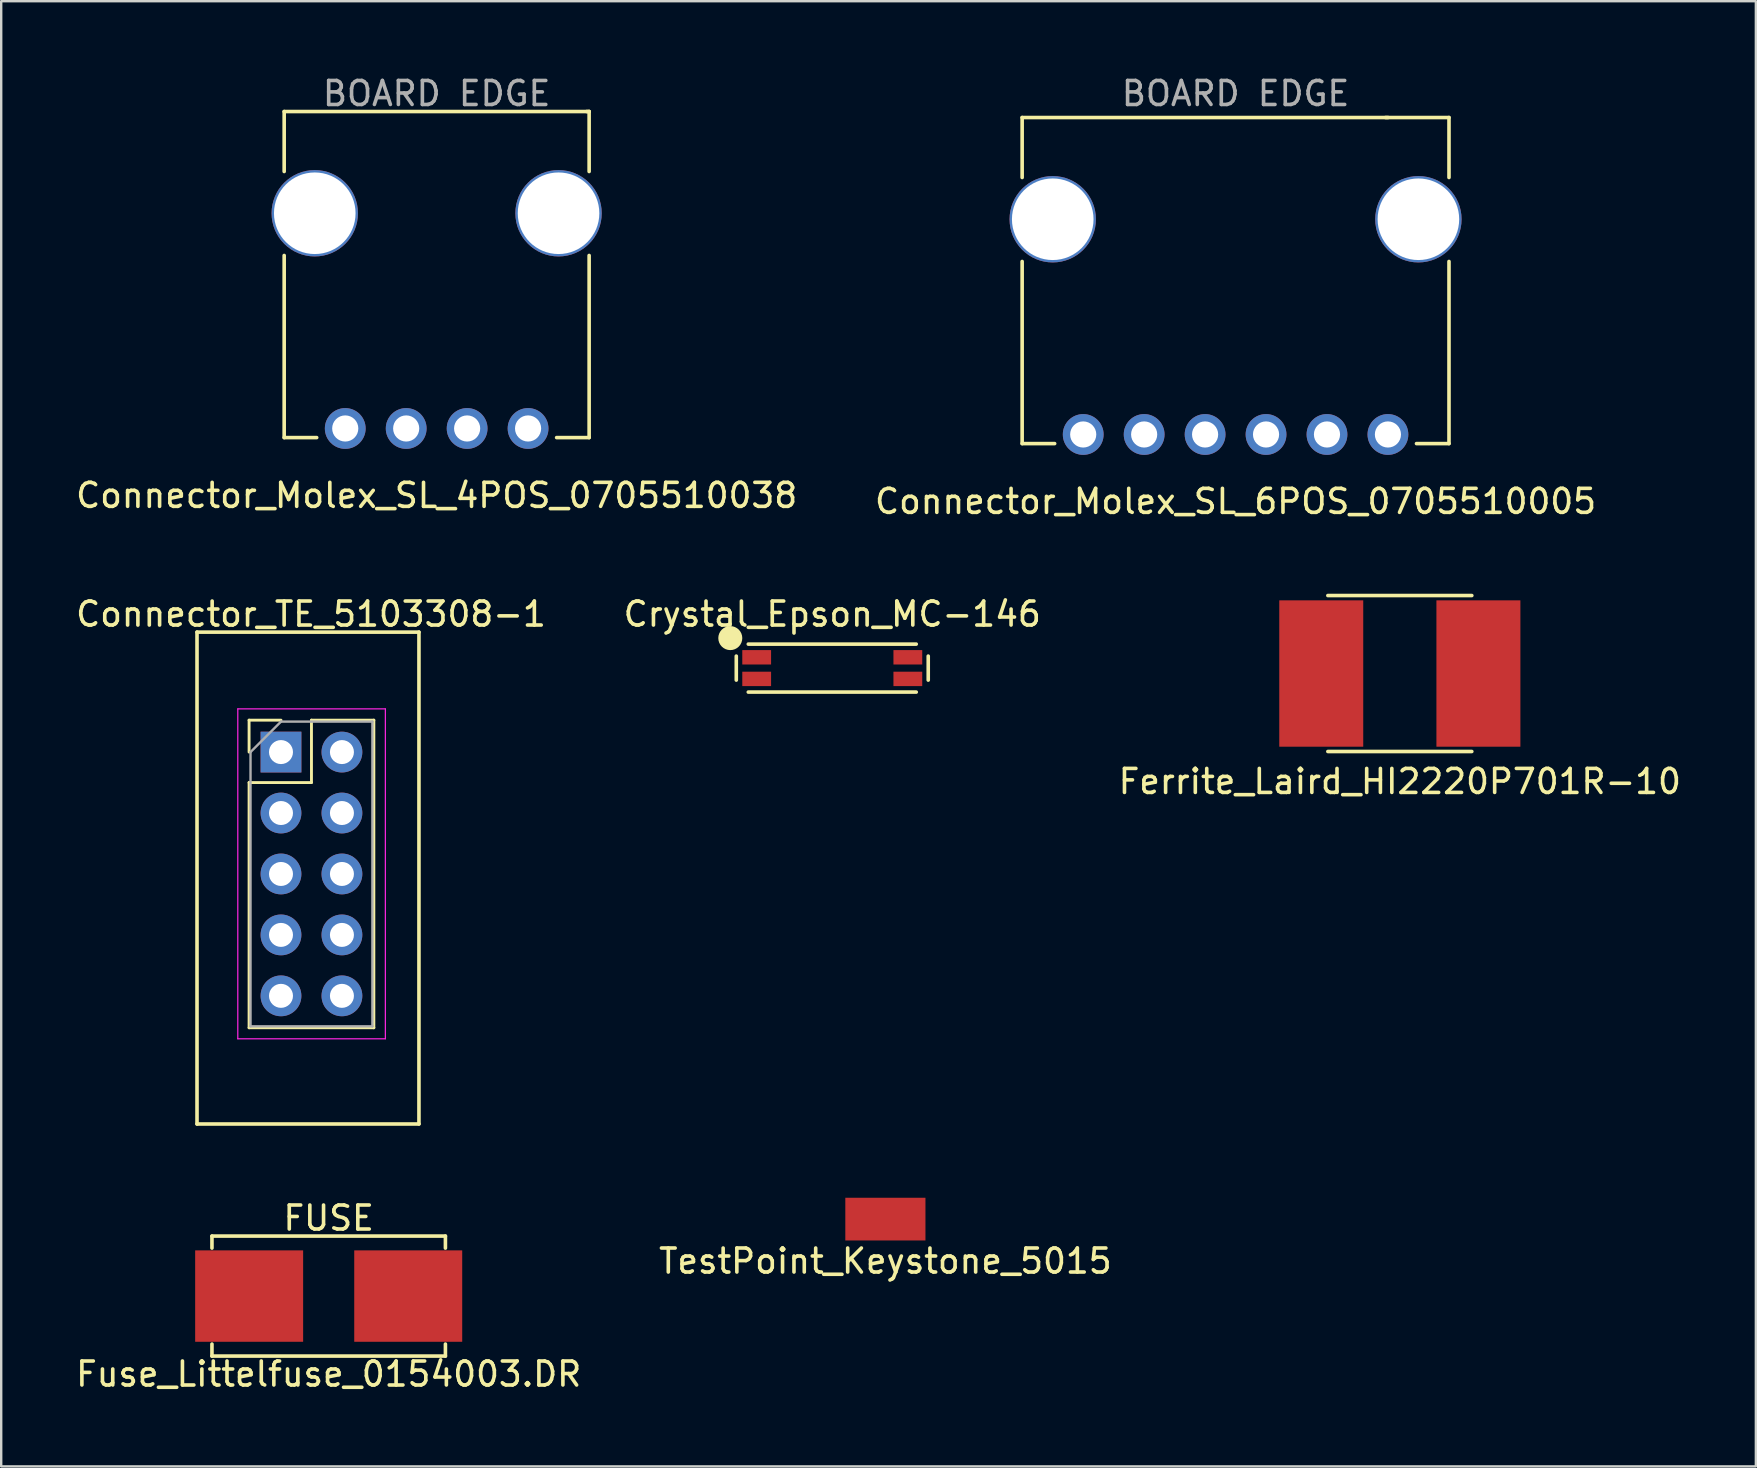
<source format=kicad_pcb>
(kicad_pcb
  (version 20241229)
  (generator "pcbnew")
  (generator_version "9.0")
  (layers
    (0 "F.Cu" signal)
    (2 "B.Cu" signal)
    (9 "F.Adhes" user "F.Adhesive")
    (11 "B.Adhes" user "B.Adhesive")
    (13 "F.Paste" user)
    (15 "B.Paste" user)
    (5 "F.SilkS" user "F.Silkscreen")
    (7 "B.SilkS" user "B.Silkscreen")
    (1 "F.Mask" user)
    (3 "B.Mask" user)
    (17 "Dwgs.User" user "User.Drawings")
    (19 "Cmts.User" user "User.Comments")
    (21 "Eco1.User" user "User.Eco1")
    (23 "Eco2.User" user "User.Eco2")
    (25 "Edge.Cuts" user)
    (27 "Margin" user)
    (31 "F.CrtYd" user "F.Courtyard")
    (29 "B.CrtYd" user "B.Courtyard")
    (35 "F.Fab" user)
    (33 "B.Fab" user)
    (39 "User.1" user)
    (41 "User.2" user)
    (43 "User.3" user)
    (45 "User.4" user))
  (footprint "TestPoint_Keystone_5015"
    (layer "F.Cu")
    (at 33.851 47.76)
    (property "Reference" "TestPoint_Keystone_5015" (at 0 1.75 0) (layer "F.SilkS") (effects (font (size 1 1) (thickness 0.15))))
    (attr through_hole)
    (pad "1" smd rect (at 0 0) (size 3.34 1.78) (layers "F.Cu" "F.Mask" "F.Paste")))
  (footprint "Fuse_Littelfuse_0154003.DR"
    (layer "F.Cu")
    (at 10.649 50.968)
    (property "Reference" "Fuse_Littelfuse_0154003.DR" (at 0 3.25 0) (layer "F.SilkS") (effects (font (size 1 1) (thickness 0.15))))
    (attr through_hole)
    (fp_line (start -4.865 -2.5) (end -4.865 -2) (stroke (width 0.15) (type solid)) (layer "F.SilkS"))
    (fp_line (start -4.865 -2.5) (end 4.865 -2.5) (stroke (width 0.15) (type solid)) (layer "F.SilkS"))
    (fp_line (start -4.865 2) (end -4.865 2.5) (stroke (width 0.15) (type solid)) (layer "F.SilkS"))
    (fp_line (start -4.865 2.5) (end 4.865 2.5) (stroke (width 0.15) (type solid)) (layer "F.SilkS"))
    (fp_line (start 4.865 -2.5) (end 4.865 -2) (stroke (width 0.15) (type solid)) (layer "F.SilkS"))
    (fp_line (start 4.865 2) (end 4.865 2.5) (stroke (width 0.15) (type solid)) (layer "F.SilkS"))
    (fp_text user "FUSE" (at 0 -3.25 0) (layer "F.SilkS") (effects (font (size 1 1) (thickness 0.15))))
    (pad "1" smd rect (at -3.315 0) (size 4.5 3.81) (layers "F.Cu" "F.Mask" "F.Paste"))
    (pad "2" smd rect (at 3.315 0) (size 4.5 3.81) (layers "F.Cu" "F.Mask" "F.Paste")))
  (footprint "Connector_Molex_SL_6POS_0705510005"
    (layer "F.Cu")
    (at 48.446 1.848)
    (property "Reference" "Connector_Molex_SL_6POS_0705510005" (at 0 16 0) (layer "F.SilkS") (effects (font (size 1 1) (thickness 0.15))))
    (attr through_hole)
    (fp_line (start -8.895 0) (end -8.895 2.5) (stroke (width 0.15) (type solid)) (layer "F.SilkS"))
    (fp_line (start -8.895 0) (end 8.895 0) (stroke (width 0.15) (type solid)) (layer "F.SilkS"))
    (fp_line (start -8.895 6) (end -8.895 13.59) (stroke (width 0.15) (type solid)) (layer "F.SilkS"))
    (fp_line (start -7.54 13.59) (end -8.895 13.59) (stroke (width 0.15) (type solid)) (layer "F.SilkS"))
    (fp_line (start 6.355 0) (end 6.25 0) (stroke (width 0.15) (type solid)) (layer "F.SilkS"))
    (fp_line (start 8.895 0) (end 8.895 2.5) (stroke (width 0.15) (type solid)) (layer "F.SilkS"))
    (fp_line (start 8.895 6) (end 8.895 13.59) (stroke (width 0.15) (type solid)) (layer "F.SilkS"))
    (fp_line (start 8.895 13.59) (end 7.54 13.59) (stroke (width 0.15) (type solid)) (layer "F.SilkS"))
    (fp_text user "BOARD EDGE" (at 0 -1 0) (layer "F.Fab") (effects (font (size 1 1) (thickness 0.15))))
    (pad "" thru_hole circle (at -7.62 4.24) (size 3.6 3.6) (drill 3.4) (layers "*.Cu" "*.Mask"))
    (pad "" thru_hole circle (at 7.62 4.24) (size 3.6 3.6) (drill 3.4) (layers "*.Cu" "*.Mask"))
    (pad "1" thru_hole circle (at -6.35 13.21) (size 1.7 1.7) (drill 1.09) (layers "*.Cu" "*.Mask"))
    (pad "2" thru_hole circle (at -3.81 13.21) (size 1.7 1.7) (drill 1.09) (layers "*.Cu" "*.Mask"))
    (pad "3" thru_hole circle (at -1.27 13.21) (size 1.7 1.7) (drill 1.09) (layers "*.Cu" "*.Mask"))
    (pad "4" thru_hole circle (at 1.27 13.21) (size 1.7 1.7) (drill 1.09) (layers "*.Cu" "*.Mask"))
    (pad "5" thru_hole circle (at 3.81 13.21) (size 1.7 1.7) (drill 1.09) (layers "*.Cu" "*.Mask"))
    (pad "6" thru_hole circle (at 6.35 13.21) (size 1.7 1.7) (drill 1.09) (layers "*.Cu" "*.Mask")))
  (footprint "Connector_TE_5103308-1"
    (layer "F.Cu")
    (at 9.911 33.545)
    (property "Reference" "Connector_TE_5103308-1" (at 0 -11 0) (layer "F.SilkS") (effects (font (size 1 1) (thickness 0.15))))
    (attr through_hole)
    (fp_line (start -4.75 -10.25) (end -4.75 10.25) (stroke (width 0.15) (type solid)) (layer "F.SilkS"))
    (fp_line (start -2.58 -6.58) (end -1.25 -6.58) (stroke (width 0.12) (type solid)) (layer "F.SilkS"))
    (fp_line (start -2.58 -5.25) (end -2.58 -6.58) (stroke (width 0.12) (type solid)) (layer "F.SilkS"))
    (fp_line (start -2.58 -3.98) (end -2.58 6.24) (stroke (width 0.12) (type solid)) (layer "F.SilkS"))
    (fp_line (start -2.58 -3.98) (end 0.02 -3.98) (stroke (width 0.12) (type solid)) (layer "F.SilkS"))
    (fp_line (start -2.58 6.24) (end 2.62 6.24) (stroke (width 0.12) (type solid)) (layer "F.SilkS"))
    (fp_line (start 0.02 -6.58) (end 2.62 -6.58) (stroke (width 0.12) (type solid)) (layer "F.SilkS"))
    (fp_line (start 0.02 -3.98) (end 0.02 -6.58) (stroke (width 0.12) (type solid)) (layer "F.SilkS"))
    (fp_line (start 2.62 -6.58) (end 2.62 6.24) (stroke (width 0.12) (type solid)) (layer "F.SilkS"))
    (fp_line (start 4.5 -10.25) (end -4.75 -10.25) (stroke (width 0.15) (type solid)) (layer "F.SilkS"))
    (fp_line (start 4.5 -10.25) (end 4.5 10.25) (stroke (width 0.15) (type solid)) (layer "F.SilkS"))
    (fp_line (start 4.5 10.25) (end -4.75 10.25) (stroke (width 0.15) (type solid)) (layer "F.SilkS"))
    (fp_line (start -3.05 -7.05) (end -3.05 6.7) (stroke (width 0.05) (type solid)) (layer "F.CrtYd"))
    (fp_line (start -3.05 6.7) (end 3.1 6.7) (stroke (width 0.05) (type solid)) (layer "F.CrtYd"))
    (fp_line (start 3.1 -7.05) (end -3.05 -7.05) (stroke (width 0.05) (type solid)) (layer "F.CrtYd"))
    (fp_line (start 3.1 6.7) (end 3.1 -7.05) (stroke (width 0.05) (type solid)) (layer "F.CrtYd"))
    (fp_line (start -2.52 -5.25) (end -1.25 -6.52) (stroke (width 0.1) (type solid)) (layer "F.Fab"))
    (fp_line (start -2.52 6.18) (end -2.52 -5.25) (stroke (width 0.1) (type solid)) (layer "F.Fab"))
    (fp_line (start -1.25 -6.52) (end 2.56 -6.52) (stroke (width 0.1) (type solid)) (layer "F.Fab"))
    (fp_line (start 2.56 -6.52) (end 2.56 6.18) (stroke (width 0.1) (type solid)) (layer "F.Fab"))
    (fp_line (start 2.56 6.18) (end -2.52 6.18) (stroke (width 0.1) (type solid)) (layer "F.Fab"))
    (pad "1" thru_hole rect (at -1.25 -5.25) (size 1.7 1.7) (drill 1) (layers "*.Cu" "*.Mask"))
    (pad "2" thru_hole oval (at 1.29 -5.25) (size 1.7 1.7) (drill 1) (layers "*.Cu" "*.Mask"))
    (pad "3" thru_hole oval (at -1.25 -2.71) (size 1.7 1.7) (drill 1) (layers "*.Cu" "*.Mask"))
    (pad "4" thru_hole oval (at 1.29 -2.71) (size 1.7 1.7) (drill 1) (layers "*.Cu" "*.Mask"))
    (pad "5" thru_hole oval (at -1.25 -0.17) (size 1.7 1.7) (drill 1) (layers "*.Cu" "*.Mask"))
    (pad "6" thru_hole oval (at 1.29 -0.17) (size 1.7 1.7) (drill 1) (layers "*.Cu" "*.Mask"))
    (pad "7" thru_hole oval (at -1.25 2.37) (size 1.7 1.7) (drill 1) (layers "*.Cu" "*.Mask"))
    (pad "8" thru_hole oval (at 1.29 2.37) (size 1.7 1.7) (drill 1) (layers "*.Cu" "*.Mask"))
    (pad "9" thru_hole oval (at -1.25 4.91) (size 1.7 1.7) (drill 1) (layers "*.Cu" "*.Mask"))
    (pad "10" thru_hole oval (at 1.29 4.91) (size 1.7 1.7) (drill 1) (layers "*.Cu" "*.Mask")))
  (footprint "Crystal_Epson_MC-146"
    (layer "F.Cu")
    (at 31.637 24.795)
    (property "Reference" "Crystal_Epson_MC-146" (at 0 -2.25 0) (layer "F.SilkS") (effects (font (size 1 1) (thickness 0.15))))
    (attr through_hole)
    (fp_line (start -4 -0.5) (end -4 0.5) (stroke (width 0.15) (type solid)) (layer "F.SilkS"))
    (fp_line (start -3.5 -1) (end 3.5 -1) (stroke (width 0.15) (type solid)) (layer "F.SilkS"))
    (fp_line (start 3.5 1) (end -3.5 1) (stroke (width 0.15) (type solid)) (layer "F.SilkS"))
    (fp_line (start 4 -0.5) (end 4 0.5) (stroke (width 0.15) (type solid)) (layer "F.SilkS"))
    (fp_circle (center -4.25 -1.25) (end -4.25 -1.25) (stroke (width 0.5) (type solid)) (fill no) (layer "F.SilkS"))
    (pad "1" smd rect (at -3.15 -0.45) (size 1.2 0.6) (layers "F.Cu" "F.Mask" "F.Paste"))
    (pad "2" smd rect (at -3.15 0.45) (size 1.2 0.6) (layers "F.Cu" "F.Mask" "F.Paste"))
    (pad "3" smd rect (at 3.15 -0.45) (size 1.2 0.6) (layers "F.Cu" "F.Mask" "F.Paste"))
    (pad "4" smd rect (at 3.15 0.45) (size 1.2 0.6) (layers "F.Cu" "F.Mask" "F.Paste")))
  (footprint "Connector_Molex_SL_4POS_0705510038"
    (layer "F.Cu")
    (at 15.149 1.598)
    (property "Reference" "Connector_Molex_SL_4POS_0705510038" (at 0 16 0) (layer "F.SilkS") (effects (font (size 1 1) (thickness 0.15))))
    (attr through_hole)
    (fp_line (start -6.355 0) (end -6.355 2.5) (stroke (width 0.15) (type solid)) (layer "F.SilkS"))
    (fp_line (start -6.355 0) (end 6.355 0) (stroke (width 0.15) (type solid)) (layer "F.SilkS"))
    (fp_line (start -6.355 6) (end -6.355 13.59) (stroke (width 0.15) (type solid)) (layer "F.SilkS"))
    (fp_line (start -5 13.59) (end -6.355 13.59) (stroke (width 0.15) (type solid)) (layer "F.SilkS"))
    (fp_line (start 6.355 0) (end 6.25 0) (stroke (width 0.15) (type solid)) (layer "F.SilkS"))
    (fp_line (start 6.355 0) (end 6.355 2.5) (stroke (width 0.15) (type solid)) (layer "F.SilkS"))
    (fp_line (start 6.355 6) (end 6.355 13.59) (stroke (width 0.15) (type solid)) (layer "F.SilkS"))
    (fp_line (start 6.355 13.59) (end 5 13.59) (stroke (width 0.15) (type solid)) (layer "F.SilkS"))
    (fp_text user "BOARD EDGE" (at 0 -0.75 0) (layer "F.Fab") (effects (font (size 1 1) (thickness 0.15))))
    (pad "" thru_hole circle (at -5.08 4.24) (size 3.6 3.6) (drill 3.4) (layers "*.Cu" "*.Mask"))
    (pad "" thru_hole circle (at 5.08 4.24) (size 3.6 3.6) (drill 3.4) (layers "*.Cu" "*.Mask"))
    (pad "1" thru_hole circle (at -3.81 13.21) (size 1.7 1.7) (drill 1.09) (layers "*.Cu" "*.Mask"))
    (pad "2" thru_hole circle (at -1.27 13.21) (size 1.7 1.7) (drill 1.09) (layers "*.Cu" "*.Mask"))
    (pad "3" thru_hole circle (at 1.27 13.21) (size 1.7 1.7) (drill 1.09) (layers "*.Cu" "*.Mask"))
    (pad "4" thru_hole circle (at 3.81 13.21) (size 1.7 1.7) (drill 1.09) (layers "*.Cu" "*.Mask")))
  (footprint "Ferrite_Laird_HI2220P701R-10"
    (layer "F.Cu")
    (at 55.292 25.021)
    (property "Reference" "Ferrite_Laird_HI2220P701R-10" (at 0 4.5 0) (layer "F.SilkS") (effects (font (size 1 1) (thickness 0.15))))
    (attr through_hole)
    (fp_line (start -3 -3.25) (end 3 -3.25) (stroke (width 0.15) (type solid)) (layer "F.SilkS"))
    (fp_line (start 3 3.25) (end -3 3.25) (stroke (width 0.15) (type solid)) (layer "F.SilkS"))
    (pad "1" smd rect (at -3.275 0) (size 3.5 6.1) (layers "F.Cu" "F.Mask" "F.Paste"))
    (pad "2" smd rect (at 3.275 0) (size 3.5 6.1) (layers "F.Cu" "F.Mask" "F.Paste")))
  (gr_rect
    (start -3 -3)
    (end 70.131 58.066)
    (stroke (width 0.1) (type default))
    (fill no)
    (layer "Edge.Cuts")))
</source>
